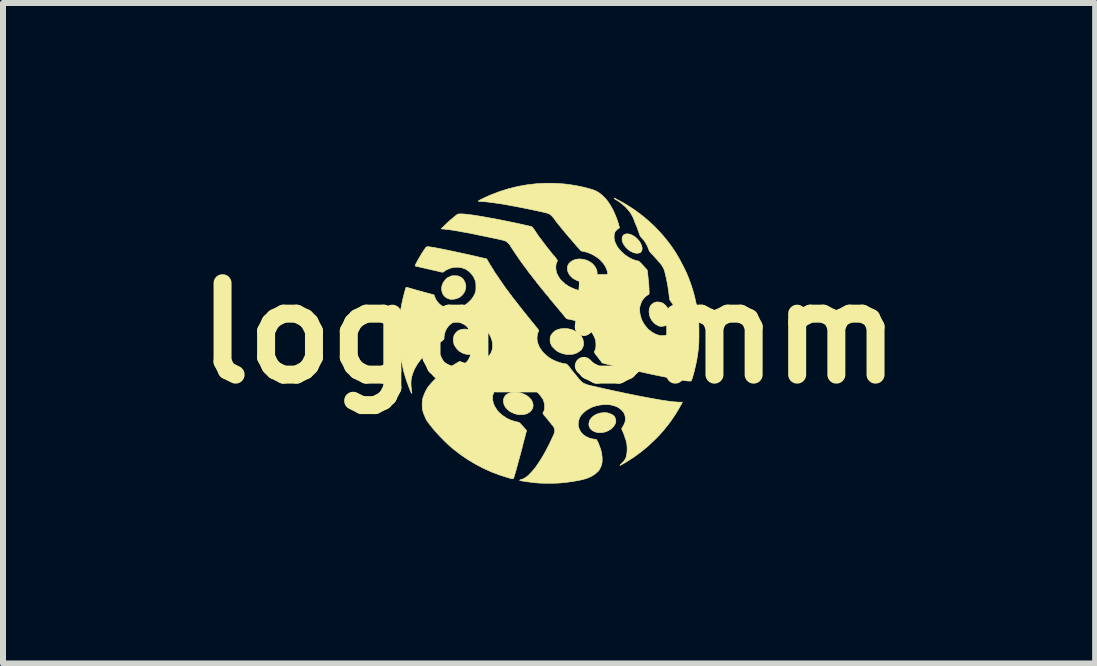
<source format=kicad_pcb>
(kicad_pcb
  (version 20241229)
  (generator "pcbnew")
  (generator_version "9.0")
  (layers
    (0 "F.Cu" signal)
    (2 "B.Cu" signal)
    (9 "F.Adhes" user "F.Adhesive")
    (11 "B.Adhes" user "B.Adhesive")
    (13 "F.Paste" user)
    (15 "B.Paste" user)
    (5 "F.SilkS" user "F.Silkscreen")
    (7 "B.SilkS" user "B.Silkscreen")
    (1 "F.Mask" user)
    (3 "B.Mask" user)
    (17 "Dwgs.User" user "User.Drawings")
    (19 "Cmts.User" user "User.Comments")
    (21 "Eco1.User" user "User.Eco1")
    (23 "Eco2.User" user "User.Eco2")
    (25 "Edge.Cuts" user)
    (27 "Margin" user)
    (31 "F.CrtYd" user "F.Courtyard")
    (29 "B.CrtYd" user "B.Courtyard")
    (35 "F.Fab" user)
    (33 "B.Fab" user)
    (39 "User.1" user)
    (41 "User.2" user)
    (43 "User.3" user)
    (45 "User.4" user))
  (footprint "logo_5mm"
    (layer "F.Cu")
    (at 6.103 2.506)
    (property "Reference" "logo_5mm" (at 0 0 0) (layer "F.SilkS") (effects (font (size 1.524 1.524) (thickness 0.3))))
    (attr through_hole)
    (fp_poly (pts (xy 1.34 -1.653) (xy 1.359 -1.647) (xy 1.379 -1.639) (xy 1.398 -1.63) (xy 1.41 -1.622) (xy 1.412 -1.621) (xy 1.422 -1.613) (xy 1.429 -1.61) (xy 1.43 -1.61) (xy 1.435 -1.606) (xy 1.445 -1.597) (xy 1.459 -1.585) (xy 1.474 -1.57) (xy 1.488 -1.555) (xy 1.5 -1.541) (xy 1.502 -1.539) (xy 1.511 -1.526) (xy 1.521 -1.508) (xy 1.532 -1.488) (xy 1.533 -1.485) (xy 1.546 -1.451) (xy 1.552 -1.42) (xy 1.55 -1.391) (xy 1.541 -1.368) (xy 1.526 -1.35) (xy 1.516 -1.344) (xy 1.493 -1.336) (xy 1.465 -1.334) (xy 1.436 -1.337) (xy 1.43 -1.339) (xy 1.388 -1.353) (xy 1.347 -1.375) (xy 1.31 -1.403) (xy 1.278 -1.435) (xy 1.251 -1.471) (xy 1.231 -1.508) (xy 1.219 -1.546) (xy 1.218 -1.558) (xy 1.218 -1.588) (xy 1.225 -1.613) (xy 1.238 -1.634) (xy 1.254 -1.646) (xy 1.282 -1.656) (xy 1.309 -1.658) (xy 1.34 -1.653)) (stroke (width 0.01) (type solid)) (fill yes) (layer "F.SilkS"))
    (fp_poly (pts (xy 1.829 -0.521) (xy 1.864 -0.515) (xy 1.895 -0.503) (xy 1.912 -0.492) (xy 1.949 -0.458) (xy 1.978 -0.42) (xy 2.001 -0.377) (xy 2.015 -0.332) (xy 2.021 -0.287) (xy 2.019 -0.241) (xy 2.01 -0.206) (xy 2.004 -0.19) (xy 1.996 -0.176) (xy 1.993 -0.172) (xy 1.987 -0.163) (xy 1.986 -0.158) (xy 1.984 -0.155) (xy 1.979 -0.152) (xy 1.97 -0.148) (xy 1.968 -0.144) (xy 1.964 -0.14) (xy 1.954 -0.133) (xy 1.945 -0.129) (xy 1.928 -0.123) (xy 1.906 -0.119) (xy 1.883 -0.116) (xy 1.861 -0.115) (xy 1.846 -0.117) (xy 1.844 -0.118) (xy 1.812 -0.13) (xy 1.787 -0.144) (xy 1.764 -0.161) (xy 1.749 -0.174) (xy 1.714 -0.214) (xy 1.689 -0.256) (xy 1.674 -0.302) (xy 1.668 -0.35) (xy 1.667 -0.361) (xy 1.669 -0.383) (xy 1.671 -0.403) (xy 1.674 -0.418) (xy 1.678 -0.427) (xy 1.68 -0.429) (xy 1.683 -0.432) (xy 1.683 -0.435) (xy 1.684 -0.445) (xy 1.692 -0.459) (xy 1.705 -0.474) (xy 1.722 -0.489) (xy 1.74 -0.503) (xy 1.759 -0.513) (xy 1.764 -0.515) (xy 1.795 -0.522) (xy 1.829 -0.521)) (stroke (width 0.01) (type solid)) (fill yes) (layer "F.SilkS"))
    (fp_poly (pts (xy 0.969 1.326) (xy 1.013 1.338) (xy 1.054 1.358) (xy 1.057 1.36) (xy 1.072 1.37) (xy 1.082 1.379) (xy 1.086 1.384) (xy 1.089 1.39) (xy 1.09 1.39) (xy 1.094 1.395) (xy 1.099 1.406) (xy 1.105 1.421) (xy 1.11 1.438) (xy 1.112 1.453) (xy 1.113 1.455) (xy 1.113 1.472) (xy 1.11 1.487) (xy 1.107 1.5) (xy 1.105 1.507) (xy 1.101 1.514) (xy 1.095 1.526) (xy 1.091 1.532) (xy 1.064 1.568) (xy 1.029 1.599) (xy 0.988 1.624) (xy 0.942 1.643) (xy 0.894 1.654) (xy 0.865 1.656) (xy 0.841 1.657) (xy 0.818 1.655) (xy 0.799 1.653) (xy 0.795 1.652) (xy 0.755 1.639) (xy 0.721 1.62) (xy 0.694 1.597) (xy 0.676 1.569) (xy 0.665 1.538) (xy 0.664 1.506) (xy 0.667 1.491) (xy 0.671 1.473) (xy 0.677 1.456) (xy 0.683 1.441) (xy 0.689 1.431) (xy 0.693 1.428) (xy 0.694 1.428) (xy 0.697 1.426) (xy 0.7 1.421) (xy 0.706 1.411) (xy 0.719 1.398) (xy 0.736 1.383) (xy 0.745 1.376) (xy 0.774 1.359) (xy 0.809 1.343) (xy 0.846 1.332) (xy 0.866 1.328) (xy 0.92 1.323) (xy 0.969 1.326)) (stroke (width 0.01) (type solid)) (fill yes) (layer "F.SilkS"))
    (fp_poly (pts (xy -1.549 -0.959) (xy -1.53 -0.957) (xy -1.515 -0.955) (xy -1.501 -0.95) (xy -1.495 -0.947) (xy -1.478 -0.939) (xy -1.465 -0.931) (xy -1.459 -0.926) (xy -1.45 -0.919) (xy -1.446 -0.917) (xy -1.441 -0.913) (xy -1.433 -0.903) (xy -1.423 -0.888) (xy -1.421 -0.886) (xy -1.403 -0.851) (xy -1.391 -0.815) (xy -1.387 -0.78) (xy -1.388 -0.766) (xy -1.39 -0.749) (xy -1.395 -0.731) (xy -1.4 -0.712) (xy -1.405 -0.697) (xy -1.41 -0.688) (xy -1.41 -0.688) (xy -1.415 -0.681) (xy -1.423 -0.671) (xy -1.43 -0.66) (xy -1.434 -0.652) (xy -1.435 -0.651) (xy -1.439 -0.645) (xy -1.448 -0.636) (xy -1.461 -0.624) (xy -1.476 -0.612) (xy -1.489 -0.602) (xy -1.499 -0.596) (xy -1.536 -0.58) (xy -1.575 -0.57) (xy -1.614 -0.566) (xy -1.649 -0.568) (xy -1.66 -0.57) (xy -1.7 -0.586) (xy -1.733 -0.608) (xy -1.759 -0.637) (xy -1.778 -0.671) (xy -1.788 -0.709) (xy -1.79 -0.735) (xy -1.789 -0.764) (xy -1.786 -0.788) (xy -1.779 -0.81) (xy -1.769 -0.835) (xy -1.769 -0.835) (xy -1.754 -0.86) (xy -1.733 -0.886) (xy -1.71 -0.911) (xy -1.696 -0.922) (xy -1.687 -0.928) (xy -1.684 -0.929) (xy -1.47 -0.929) (xy -1.468 -0.927) (xy -1.465 -0.929) (xy -1.468 -0.932) (xy -1.47 -0.929) (xy -1.684 -0.929) (xy -1.676 -0.934) (xy -1.665 -0.939) (xy -1.658 -0.941) (xy -1.657 -0.941) (xy -1.653 -0.942) (xy -1.644 -0.948) (xy -1.642 -0.949) (xy -1.633 -0.954) (xy -1.623 -0.957) (xy -1.609 -0.959) (xy -1.588 -0.959) (xy -1.575 -0.959) (xy -1.549 -0.959)) (stroke (width 0.01) (type solid)) (fill yes) (layer "F.SilkS"))
    (fp_poly (pts (xy -0.548 0.981) (xy -0.51 0.985) (xy -0.475 0.993) (xy -0.471 0.994) (xy -0.426 1.011) (xy -0.388 1.029) (xy -0.369 1.04) (xy -0.356 1.05) (xy -0.341 1.063) (xy -0.325 1.078) (xy -0.311 1.092) (xy -0.3 1.105) (xy -0.294 1.113) (xy -0.294 1.115) (xy -0.292 1.121) (xy -0.29 1.121) (xy -0.286 1.126) (xy -0.281 1.137) (xy -0.276 1.153) (xy -0.271 1.17) (xy -0.267 1.187) (xy -0.266 1.193) (xy -0.266 1.209) (xy -0.268 1.226) (xy -0.271 1.242) (xy -0.275 1.255) (xy -0.279 1.261) (xy -0.279 1.261) (xy -0.283 1.265) (xy -0.284 1.269) (xy -0.288 1.276) (xy -0.297 1.287) (xy -0.309 1.3) (xy -0.322 1.312) (xy -0.334 1.321) (xy -0.342 1.325) (xy -0.342 1.325) (xy -0.348 1.328) (xy -0.349 1.329) (xy -0.353 1.333) (xy -0.366 1.339) (xy -0.384 1.345) (xy -0.405 1.351) (xy -0.42 1.353) (xy -0.441 1.356) (xy -0.464 1.357) (xy -0.485 1.358) (xy -0.5 1.357) (xy -0.501 1.357) (xy -0.528 1.352) (xy -0.554 1.346) (xy -0.575 1.34) (xy -0.583 1.337) (xy -0.611 1.324) (xy -0.631 1.315) (xy -0.644 1.308) (xy -0.652 1.302) (xy -0.652 1.302) (xy -0.659 1.297) (xy -0.662 1.296) (xy -0.667 1.292) (xy -0.677 1.284) (xy -0.689 1.273) (xy -0.702 1.261) (xy -0.713 1.249) (xy -0.721 1.241) (xy -0.723 1.239) (xy -0.725 1.233) (xy -0.731 1.223) (xy -0.735 1.218) (xy -0.749 1.191) (xy -0.757 1.16) (xy -0.761 1.128) (xy -0.758 1.098) (xy -0.749 1.072) (xy -0.747 1.068) (xy -0.739 1.055) (xy -0.732 1.047) (xy -0.73 1.045) (xy -0.728 1.042) (xy -0.729 1.042) (xy -0.729 1.039) (xy -0.723 1.033) (xy -0.715 1.026) (xy -0.706 1.02) (xy -0.699 1.017) (xy -0.698 1.017) (xy -0.693 1.013) (xy -0.693 1.012) (xy -0.689 1.007) (xy -0.684 1.005) (xy -0.675 1.002) (xy -0.66 0.996) (xy -0.648 0.992) (xy -0.62 0.984) (xy -0.585 0.981) (xy -0.548 0.981)) (stroke (width 0.01) (type solid)) (fill yes) (layer "F.SilkS"))
    (fp_poly (pts (xy 0.549 -1.236) (xy 0.603 -1.225) (xy 0.634 -1.214) (xy 0.649 -1.208) (xy 0.659 -1.203) (xy 0.663 -1.2) (xy 0.667 -1.196) (xy 0.669 -1.196) (xy 0.678 -1.193) (xy 0.688 -1.186) (xy 0.697 -1.179) (xy 0.702 -1.176) (xy 0.707 -1.173) (xy 0.717 -1.165) (xy 0.73 -1.154) (xy 0.745 -1.137) (xy 0.76 -1.119) (xy 0.772 -1.102) (xy 0.78 -1.087) (xy 0.782 -1.079) (xy 0.785 -1.072) (xy 0.786 -1.071) (xy 0.79 -1.067) (xy 0.794 -1.055) (xy 0.798 -1.04) (xy 0.801 -1.022) (xy 0.802 -1.007) (xy 0.802 -1.006) (xy 0.801 -0.99) (xy 0.798 -0.973) (xy 0.795 -0.957) (xy 0.791 -0.946) (xy 0.787 -0.942) (xy 0.783 -0.938) (xy 0.78 -0.932) (xy 0.773 -0.92) (xy 0.762 -0.907) (xy 0.749 -0.895) (xy 0.742 -0.889) (xy 0.711 -0.872) (xy 0.681 -0.861) (xy 0.649 -0.855) (xy 0.613 -0.853) (xy 0.598 -0.853) (xy 0.574 -0.854) (xy 0.549 -0.856) (xy 0.529 -0.859) (xy 0.523 -0.86) (xy 0.506 -0.865) (xy 0.492 -0.87) (xy 0.486 -0.872) (xy 0.474 -0.877) (xy 0.46 -0.883) (xy 0.46 -0.883) (xy 0.449 -0.888) (xy 0.444 -0.893) (xy 0.443 -0.893) (xy 0.439 -0.896) (xy 0.434 -0.897) (xy 0.425 -0.9) (xy 0.413 -0.908) (xy 0.411 -0.909) (xy 0.4 -0.918) (xy 0.391 -0.922) (xy 0.39 -0.922) (xy 0.384 -0.926) (xy 0.381 -0.932) (xy 0.377 -0.94) (xy 0.373 -0.942) (xy 0.368 -0.945) (xy 0.36 -0.953) (xy 0.35 -0.963) (xy 0.343 -0.972) (xy 0.339 -0.978) (xy 0.339 -0.979) (xy 0.338 -0.983) (xy 0.333 -0.99) (xy 0.324 -1.005) (xy 0.315 -1.025) (xy 0.309 -1.049) (xy 0.307 -1.066) (xy 0.307 -1.083) (xy 0.308 -1.101) (xy 0.311 -1.118) (xy 0.314 -1.132) (xy 0.318 -1.14) (xy 0.32 -1.141) (xy 0.324 -1.145) (xy 0.324 -1.148) (xy 0.328 -1.157) (xy 0.338 -1.169) (xy 0.353 -1.183) (xy 0.371 -1.197) (xy 0.389 -1.209) (xy 0.401 -1.216) (xy 0.447 -1.232) (xy 0.497 -1.239) (xy 0.549 -1.236)) (stroke (width 0.01) (type solid)) (fill yes) (layer "F.SilkS"))
    (fp_poly (pts (xy -1.383 -0.069) (xy -1.359 -0.066) (xy -1.335 -0.062) (xy -1.313 -0.056) (xy -1.296 -0.05) (xy -1.284 -0.044) (xy -1.281 -0.039) (xy -1.277 -0.035) (xy -1.274 -0.035) (xy -1.267 -0.032) (xy -1.255 -0.025) (xy -1.241 -0.016) (xy -1.227 -0.007) (xy -1.216 0.002) (xy -1.212 0.007) (xy -1.207 0.013) (xy -1.199 0.021) (xy -1.188 0.034) (xy -1.176 0.05) (xy -1.165 0.066) (xy -1.156 0.081) (xy -1.15 0.092) (xy -1.15 0.095) (xy -1.147 0.105) (xy -1.145 0.108) (xy -1.14 0.119) (xy -1.137 0.139) (xy -1.134 0.164) (xy -1.135 0.19) (xy -1.14 0.218) (xy -1.148 0.245) (xy -1.159 0.267) (xy -1.163 0.273) (xy -1.184 0.297) (xy -1.205 0.314) (xy -1.227 0.329) (xy -1.241 0.336) (xy -1.252 0.341) (xy -1.256 0.341) (xy -1.256 0.341) (xy -1.259 0.341) (xy -1.264 0.344) (xy -1.274 0.348) (xy -1.291 0.351) (xy -1.313 0.352) (xy -1.338 0.352) (xy -1.363 0.351) (xy -1.385 0.348) (xy -1.402 0.345) (xy -1.403 0.344) (xy -1.43 0.334) (xy -1.451 0.326) (xy -1.465 0.319) (xy -1.47 0.314) (xy -1.47 0.313) (xy -1.474 0.309) (xy -1.477 0.309) (xy -1.487 0.305) (xy -1.502 0.293) (xy -1.521 0.275) (xy -1.531 0.265) (xy -1.543 0.25) (xy -1.554 0.234) (xy -1.565 0.219) (xy -1.572 0.206) (xy -1.576 0.199) (xy -1.576 0.198) (xy -1.578 0.194) (xy -1.579 0.194) (xy -1.583 0.19) (xy -1.583 0.188) (xy -1.585 0.179) (xy -1.587 0.169) (xy -1.591 0.151) (xy -1.594 0.131) (xy -1.596 0.114) (xy -1.597 0.102) (xy -1.597 0.1) (xy -1.591 0.071) (xy -1.587 0.05) (xy -1.584 0.038) (xy -1.581 0.031) (xy -1.579 0.03) (xy -1.575 0.026) (xy -1.572 0.019) (xy -1.566 0.007) (xy -1.555 -0.006) (xy -1.543 -0.02) (xy -1.53 -0.032) (xy -1.52 -0.039) (xy -1.516 -0.04) (xy -1.51 -0.042) (xy -1.51 -0.044) (xy -1.505 -0.049) (xy -1.493 -0.054) (xy -1.475 -0.059) (xy -1.455 -0.064) (xy -1.433 -0.068) (xy -1.413 -0.07) (xy -1.405 -0.07) (xy -1.383 -0.069)) (stroke (width 0.01) (type solid)) (fill yes) (layer "F.SilkS"))
    (fp_poly (pts (xy 0.302 -0.077) (xy 0.323 -0.074) (xy 0.344 -0.07) (xy 0.344 -0.07) (xy 0.376 -0.061) (xy 0.399 -0.054) (xy 0.414 -0.048) (xy 0.419 -0.044) (xy 0.419 -0.044) (xy 0.422 -0.04) (xy 0.423 -0.04) (xy 0.433 -0.037) (xy 0.448 -0.028) (xy 0.467 -0.015) (xy 0.486 -0.000085) (xy 0.506 0.016) (xy 0.523 0.032) (xy 0.536 0.046) (xy 0.544 0.057) (xy 0.546 0.062) (xy 0.548 0.069) (xy 0.555 0.08) (xy 0.555 0.08) (xy 0.562 0.094) (xy 0.566 0.105) (xy 0.573 0.142) (xy 0.576 0.172) (xy 0.574 0.198) (xy 0.567 0.222) (xy 0.559 0.238) (xy 0.552 0.253) (xy 0.543 0.267) (xy 0.534 0.278) (xy 0.527 0.286) (xy 0.523 0.288) (xy 0.523 0.286) (xy 0.52 0.288) (xy 0.513 0.294) (xy 0.511 0.296) (xy 0.502 0.305) (xy 0.495 0.309) (xy 0.494 0.309) (xy 0.487 0.313) (xy 0.485 0.315) (xy 0.477 0.321) (xy 0.463 0.328) (xy 0.444 0.336) (xy 0.423 0.343) (xy 0.403 0.348) (xy 0.401 0.348) (xy 0.382 0.351) (xy 0.358 0.352) (xy 0.33 0.352) (xy 0.303 0.352) (xy 0.28 0.35) (xy 0.264 0.348) (xy 0.247 0.343) (xy 0.227 0.337) (xy 0.207 0.331) (xy 0.19 0.326) (xy 0.179 0.321) (xy 0.174 0.319) (xy 0.169 0.316) (xy 0.157 0.309) (xy 0.152 0.307) (xy 0.141 0.301) (xy 0.132 0.296) (xy 0.123 0.289) (xy 0.112 0.28) (xy 0.098 0.267) (xy 0.081 0.25) (xy 0.066 0.235) (xy 0.054 0.222) (xy 0.046 0.213) (xy 0.045 0.21) (xy 0.042 0.202) (xy 0.037 0.192) (xy 0.025 0.167) (xy 0.018 0.136) (xy 0.017 0.102) (xy 0.02 0.07) (xy 0.02 0.069) (xy 0.024 0.054) (xy 0.028 0.043) (xy 0.03 0.04) (xy 0.034 0.036) (xy 0.037 0.028) (xy 0.042 0.019) (xy 0.051 0.006) (xy 0.064 -0.008) (xy 0.078 -0.022) (xy 0.091 -0.033) (xy 0.1 -0.039) (xy 0.103 -0.04) (xy 0.109 -0.043) (xy 0.11 -0.045) (xy 0.113 -0.05) (xy 0.115 -0.05) (xy 0.122 -0.052) (xy 0.135 -0.057) (xy 0.143 -0.06) (xy 0.156 -0.066) (xy 0.166 -0.068) (xy 0.168 -0.068) (xy 0.174 -0.068) (xy 0.178 -0.071) (xy 0.186 -0.073) (xy 0.202 -0.075) (xy 0.224 -0.077) (xy 0.246 -0.078) (xy 0.277 -0.078) (xy 0.302 -0.077)) (stroke (width 0.01) (type solid)) (fill yes) (layer "F.SilkS"))
    (fp_poly (pts (xy 0.102 -2.5) (xy 0.259 -2.489) (xy 0.324 -2.481) (xy 0.392 -2.471) (xy 0.463 -2.459) (xy 0.536 -2.444) (xy 0.606 -2.428) (xy 0.672 -2.41) (xy 0.731 -2.393) (xy 0.736 -2.391) (xy 0.788 -2.369) (xy 0.84 -2.338) (xy 0.89 -2.298) (xy 0.938 -2.25) (xy 0.983 -2.194) (xy 1.024 -2.132) (xy 1.062 -2.064) (xy 1.071 -2.046) (xy 1.102 -1.976) (xy 1.129 -1.91) (xy 1.152 -1.842) (xy 1.172 -1.77) (xy 1.173 -1.766) (xy 1.173 -1.757) (xy 1.166 -1.751) (xy 1.161 -1.749) (xy 1.15 -1.742) (xy 1.136 -1.731) (xy 1.124 -1.719) (xy 1.106 -1.698) (xy 1.095 -1.677) (xy 1.088 -1.654) (xy 1.085 -1.626) (xy 1.084 -1.602) (xy 1.087 -1.575) (xy 1.092 -1.546) (xy 1.101 -1.518) (xy 1.111 -1.494) (xy 1.116 -1.485) (xy 1.124 -1.47) (xy 1.13 -1.459) (xy 1.142 -1.437) (xy 1.161 -1.412) (xy 1.185 -1.384) (xy 1.212 -1.356) (xy 1.241 -1.329) (xy 1.271 -1.304) (xy 1.299 -1.284) (xy 1.321 -1.271) (xy 1.331 -1.265) (xy 1.335 -1.261) (xy 1.341 -1.257) (xy 1.353 -1.251) (xy 1.358 -1.249) (xy 1.372 -1.242) (xy 1.384 -1.236) (xy 1.386 -1.235) (xy 1.398 -1.231) (xy 1.403 -1.231) (xy 1.409 -1.229) (xy 1.41 -1.227) (xy 1.415 -1.224) (xy 1.426 -1.22) (xy 1.442 -1.215) (xy 1.459 -1.211) (xy 1.474 -1.207) (xy 1.485 -1.206) (xy 1.487 -1.206) (xy 1.493 -1.203) (xy 1.504 -1.195) (xy 1.519 -1.181) (xy 1.539 -1.161) (xy 1.564 -1.134) (xy 1.587 -1.109) (xy 1.602 -1.092) (xy 1.616 -1.077) (xy 1.626 -1.067) (xy 1.629 -1.063) (xy 1.636 -1.053) (xy 1.638 -1.047) (xy 1.64 -1.032) (xy 1.643 -1.009) (xy 1.646 -0.981) (xy 1.649 -0.952) (xy 1.652 -0.922) (xy 1.654 -0.899) (xy 1.657 -0.875) (xy 1.659 -0.853) (xy 1.661 -0.835) (xy 1.662 -0.827) (xy 1.663 -0.816) (xy 1.664 -0.797) (xy 1.665 -0.773) (xy 1.667 -0.746) (xy 1.667 -0.733) (xy 1.668 -0.704) (xy 1.669 -0.683) (xy 1.669 -0.669) (xy 1.667 -0.659) (xy 1.665 -0.654) (xy 1.662 -0.649) (xy 1.661 -0.648) (xy 1.649 -0.64) (xy 1.641 -0.636) (xy 1.633 -0.631) (xy 1.62 -0.621) (xy 1.605 -0.608) (xy 1.601 -0.604) (xy 1.569 -0.569) (xy 1.545 -0.532) (xy 1.529 -0.492) (xy 1.524 -0.476) (xy 1.52 -0.461) (xy 1.516 -0.449) (xy 1.515 -0.446) (xy 1.512 -0.438) (xy 1.511 -0.422) (xy 1.511 -0.402) (xy 1.511 -0.379) (xy 1.513 -0.355) (xy 1.515 -0.334) (xy 1.516 -0.329) (xy 1.52 -0.307) (xy 1.527 -0.281) (xy 1.535 -0.254) (xy 1.544 -0.229) (xy 1.553 -0.208) (xy 1.56 -0.194) (xy 1.56 -0.194) (xy 1.567 -0.184) (xy 1.57 -0.178) (xy 1.57 -0.178) (xy 1.572 -0.172) (xy 1.579 -0.161) (xy 1.589 -0.147) (xy 1.599 -0.132) (xy 1.608 -0.12) (xy 1.612 -0.115) (xy 1.622 -0.104) (xy 1.634 -0.091) (xy 1.638 -0.086) (xy 1.648 -0.075) (xy 1.654 -0.067) (xy 1.654 -0.065) (xy 1.658 -0.061) (xy 1.668 -0.055) (xy 1.669 -0.055) (xy 1.68 -0.049) (xy 1.684 -0.045) (xy 1.684 -0.045) (xy 1.688 -0.04) (xy 1.698 -0.032) (xy 1.71 -0.023) (xy 1.722 -0.015) (xy 1.731 -0.011) (xy 1.734 -0.01) (xy 1.74 -0.006) (xy 1.74 -0.006) (xy 1.746 -0.001) (xy 1.759 0.006) (xy 1.776 0.014) (xy 1.796 0.022) (xy 1.816 0.029) (xy 1.828 0.032) (xy 1.867 0.039) (xy 1.909 0.039) (xy 1.948 0.034) (xy 1.964 0.029) (xy 1.981 0.023) (xy 1.996 0.017) (xy 2.004 0.012) (xy 2.013 0.006) (xy 2.017 0.005) (xy 2.023 0.002) (xy 2.023 0) (xy 2.027 -0.005) (xy 2.029 -0.005) (xy 2.037 -0.009) (xy 2.049 -0.02) (xy 2.063 -0.036) (xy 2.073 -0.05) (xy 2.082 -0.062) (xy 2.089 -0.07) (xy 2.09 -0.071) (xy 2.092 -0.074) (xy 2.091 -0.075) (xy 2.09 -0.078) (xy 2.094 -0.086) (xy 2.099 -0.096) (xy 2.106 -0.112) (xy 2.113 -0.132) (xy 2.115 -0.135) (xy 2.124 -0.176) (xy 2.129 -0.223) (xy 2.127 -0.273) (xy 2.121 -0.324) (xy 2.109 -0.375) (xy 2.093 -0.423) (xy 2.074 -0.465) (xy 2.064 -0.482) (xy 2.053 -0.499) (xy 2.043 -0.514) (xy 2.036 -0.525) (xy 2.033 -0.528) (xy 2.019 -0.545) (xy 2.01 -0.568) (xy 2.006 -0.594) (xy 2.001 -0.637) (xy 1.996 -0.684) (xy 1.989 -0.73) (xy 1.983 -0.773) (xy 1.976 -0.81) (xy 1.976 -0.812) (xy 1.971 -0.835) (xy 1.967 -0.859) (xy 1.963 -0.877) (xy 1.96 -0.892) (xy 1.957 -0.906) (xy 1.954 -0.922) (xy 1.949 -0.942) (xy 1.943 -0.968) (xy 1.938 -0.989) (xy 1.929 -1.025) (xy 1.921 -1.053) (xy 1.912 -1.076) (xy 1.901 -1.098) (xy 1.888 -1.12) (xy 1.882 -1.129) (xy 1.87 -1.146) (xy 1.859 -1.161) (xy 1.851 -1.171) (xy 1.839 -1.184) (xy 1.829 -1.196) (xy 1.817 -1.209) (xy 1.8 -1.228) (xy 1.779 -1.251) (xy 1.757 -1.276) (xy 1.734 -1.3) (xy 1.714 -1.322) (xy 1.695 -1.342) (xy 1.682 -1.357) (xy 1.673 -1.37) (xy 1.667 -1.382) (xy 1.662 -1.396) (xy 1.659 -1.405) (xy 1.65 -1.429) (xy 1.637 -1.458) (xy 1.621 -1.488) (xy 1.604 -1.517) (xy 1.587 -1.542) (xy 1.581 -1.55) (xy 1.573 -1.559) (xy 1.562 -1.571) (xy 1.557 -1.577) (xy 1.547 -1.588) (xy 1.541 -1.595) (xy 1.54 -1.597) (xy 1.536 -1.602) (xy 1.529 -1.61) (xy 1.528 -1.611) (xy 1.52 -1.622) (xy 1.511 -1.642) (xy 1.501 -1.671) (xy 1.496 -1.685) (xy 1.485 -1.715) (xy 1.473 -1.75) (xy 1.46 -1.783) (xy 1.451 -1.804) (xy 1.44 -1.829) (xy 1.43 -1.854) (xy 1.422 -1.875) (xy 1.418 -1.889) (xy 1.394 -1.945) (xy 1.362 -2.001) (xy 1.321 -2.055) (xy 1.273 -2.108) (xy 1.217 -2.157) (xy 1.155 -2.203) (xy 1.102 -2.235) (xy 1.091 -2.243) (xy 1.086 -2.249) (xy 1.088 -2.252) (xy 1.09 -2.252) (xy 1.096 -2.25) (xy 1.109 -2.244) (xy 1.128 -2.234) (xy 1.15 -2.222) (xy 1.176 -2.208) (xy 1.203 -2.194) (xy 1.229 -2.18) (xy 1.253 -2.166) (xy 1.273 -2.154) (xy 1.277 -2.152) (xy 1.403 -2.072) (xy 1.522 -1.986) (xy 1.637 -1.893) (xy 1.747 -1.79) (xy 1.769 -1.769) (xy 1.793 -1.745) (xy 1.813 -1.724) (xy 1.831 -1.705) (xy 1.85 -1.685) (xy 1.871 -1.661) (xy 1.891 -1.639) (xy 1.903 -1.625) (xy 1.919 -1.606) (xy 1.936 -1.585) (xy 1.955 -1.562) (xy 1.972 -1.54) (xy 1.988 -1.52) (xy 1.999 -1.506) (xy 2.003 -1.5) (xy 2.011 -1.489) (xy 2.017 -1.481) (xy 2.018 -1.48) (xy 2.022 -1.475) (xy 2.031 -1.463) (xy 2.042 -1.447) (xy 2.056 -1.427) (xy 2.071 -1.405) (xy 2.085 -1.384) (xy 2.098 -1.364) (xy 2.109 -1.348) (xy 2.116 -1.336) (xy 2.117 -1.334) (xy 2.124 -1.324) (xy 2.133 -1.307) (xy 2.146 -1.286) (xy 2.159 -1.264) (xy 2.16 -1.263) (xy 2.172 -1.241) (xy 2.188 -1.212) (xy 2.206 -1.178) (xy 2.225 -1.141) (xy 2.244 -1.104) (xy 2.262 -1.068) (xy 2.278 -1.035) (xy 2.29 -1.008) (xy 2.291 -1.007) (xy 2.313 -0.956) (xy 2.335 -0.899) (xy 2.357 -0.839) (xy 2.378 -0.778) (xy 2.396 -0.721) (xy 2.401 -0.703) (xy 2.407 -0.682) (xy 2.412 -0.664) (xy 2.416 -0.651) (xy 2.416 -0.65) (xy 2.421 -0.631) (xy 2.428 -0.604) (xy 2.435 -0.573) (xy 2.436 -0.567) (xy 2.441 -0.548) (xy 2.445 -0.527) (xy 2.446 -0.523) (xy 2.455 -0.484) (xy 2.462 -0.45) (xy 2.467 -0.417) (xy 2.473 -0.383) (xy 2.479 -0.343) (xy 2.481 -0.324) (xy 2.486 -0.288) (xy 2.49 -0.256) (xy 2.493 -0.227) (xy 2.495 -0.199) (xy 2.496 -0.171) (xy 2.498 -0.14) (xy 2.498 -0.105) (xy 2.499 -0.064) (xy 2.499 -0.015) (xy 2.499 0) (xy 2.499 0.051) (xy 2.498 0.094) (xy 2.498 0.131) (xy 2.497 0.163) (xy 2.495 0.192) (xy 2.493 0.219) (xy 2.49 0.248) (xy 2.487 0.279) (xy 2.483 0.313) (xy 2.481 0.324) (xy 2.475 0.367) (xy 2.47 0.403) (xy 2.464 0.436) (xy 2.458 0.469) (xy 2.45 0.506) (xy 2.446 0.523) (xy 2.442 0.543) (xy 2.437 0.563) (xy 2.436 0.567) (xy 2.429 0.599) (xy 2.423 0.626) (xy 2.417 0.647) (xy 2.416 0.65) (xy 2.413 0.662) (xy 2.408 0.68) (xy 2.402 0.701) (xy 2.401 0.703) (xy 2.394 0.73) (xy 2.387 0.75) (xy 2.382 0.767) (xy 2.376 0.782) (xy 2.372 0.791) (xy 2.367 0.795) (xy 2.358 0.797) (xy 2.343 0.796) (xy 2.323 0.796) (xy 2.305 0.794) (xy 2.297 0.794) (xy 2.272 0.79) (xy 2.238 0.785) (xy 2.197 0.778) (xy 2.149 0.77) (xy 2.096 0.76) (xy 2.039 0.749) (xy 1.978 0.738) (xy 1.915 0.725) (xy 1.851 0.712) (xy 1.787 0.699) (xy 1.724 0.686) (xy 1.719 0.685) (xy 1.654 0.671) (xy 1.588 0.656) (xy 1.52 0.641) (xy 1.452 0.626) (xy 1.385 0.611) (xy 1.319 0.597) (xy 1.256 0.582) (xy 1.194 0.568) (xy 1.137 0.555) (xy 1.083 0.542) (xy 1.034 0.531) (xy 0.991 0.521) (xy 0.954 0.512) (xy 0.924 0.504) (xy 0.902 0.498) (xy 0.888 0.494) (xy 0.884 0.493) (xy 0.878 0.484) (xy 0.877 0.481) (xy 0.874 0.473) (xy 0.869 0.468) (xy 0.861 0.46) (xy 0.851 0.448) (xy 0.842 0.436) (xy 0.831 0.422) (xy 0.816 0.402) (xy 0.8 0.38) (xy 0.788 0.365) (xy 0.772 0.344) (xy 0.762 0.329) (xy 0.756 0.318) (xy 0.755 0.31) (xy 0.755 0.306) (xy 0.759 0.296) (xy 0.763 0.291) (xy 0.766 0.286) (xy 0.771 0.273) (xy 0.774 0.262) (xy 0.78 0.234) (xy 0.782 0.2) (xy 0.781 0.163) (xy 0.777 0.127) (xy 0.776 0.12) (xy 0.773 0.107) (xy 0.767 0.091) (xy 0.761 0.075) (xy 0.755 0.059) (xy 0.749 0.049) (xy 0.746 0.045) (xy 0.744 0.042) (xy 0.745 0.04) (xy 0.744 0.034) (xy 0.74 0.03) (xy 0.734 0.022) (xy 0.733 0.018) (xy 0.729 0.01) (xy 0.723 0.002) (xy 0.716 -0.005) (xy 0.715 -0.009) (xy 0.714 -0.013) (xy 0.708 -0.022) (xy 0.695 -0.036) (xy 0.675 -0.057) (xy 0.664 -0.067) (xy 0.645 -0.086) (xy 0.631 -0.099) (xy 0.62 -0.109) (xy 0.609 -0.118) (xy 0.595 -0.127) (xy 0.588 -0.132) (xy 0.575 -0.141) (xy 0.566 -0.148) (xy 0.564 -0.151) (xy 0.558 -0.154) (xy 0.553 -0.154) (xy 0.545 -0.156) (xy 0.543 -0.158) (xy 0.539 -0.163) (xy 0.528 -0.169) (xy 0.522 -0.172) (xy 0.509 -0.178) (xy 0.5 -0.183) (xy 0.498 -0.184) (xy 0.493 -0.187) (xy 0.48 -0.192) (xy 0.466 -0.197) (xy 0.45 -0.203) (xy 0.438 -0.207) (xy 0.434 -0.21) (xy 0.428 -0.212) (xy 0.414 -0.216) (xy 0.396 -0.221) (xy 0.375 -0.226) (xy 0.353 -0.23) (xy 0.333 -0.234) (xy 0.318 -0.237) (xy 0.306 -0.239) (xy 0.296 -0.243) (xy 0.287 -0.25) (xy 0.276 -0.261) (xy 0.261 -0.279) (xy 0.252 -0.291) (xy 0.242 -0.304) (xy 0.228 -0.321) (xy 0.211 -0.34) (xy 0.203 -0.349) (xy 0.189 -0.365) (xy 0.178 -0.379) (xy 0.171 -0.388) (xy 0.169 -0.391) (xy 0.166 -0.396) (xy 0.159 -0.405) (xy 0.154 -0.41) (xy 0.144 -0.422) (xy 0.128 -0.44) (xy 0.108 -0.464) (xy 0.084 -0.493) (xy 0.057 -0.525) (xy 0.051 -0.533) (xy 0.039 -0.547) (xy 0.025 -0.563) (xy 0.019 -0.571) (xy 0.008 -0.583) (xy 0.002 -0.592) (xy 0 -0.596) (xy -0.003 -0.601) (xy -0.011 -0.611) (xy -0.021 -0.623) (xy -0.036 -0.64) (xy -0.052 -0.658) (xy -0.06 -0.667) (xy -0.072 -0.683) (xy -0.085 -0.698) (xy -0.09 -0.705) (xy -0.1 -0.717) (xy -0.109 -0.728) (xy -0.11 -0.73) (xy -0.117 -0.739) (xy -0.128 -0.752) (xy -0.135 -0.76) (xy -0.148 -0.775) (xy -0.16 -0.791) (xy -0.165 -0.797) (xy -0.176 -0.812) (xy -0.189 -0.828) (xy -0.194 -0.834) (xy -0.204 -0.845) (xy -0.211 -0.854) (xy -0.212 -0.857) (xy -0.215 -0.862) (xy -0.223 -0.872) (xy -0.235 -0.886) (xy -0.238 -0.89) (xy -0.253 -0.908) (xy -0.267 -0.926) (xy -0.278 -0.942) (xy -0.278 -0.942) (xy -0.29 -0.958) (xy -0.304 -0.977) (xy -0.317 -0.991) (xy -0.332 -1.01) (xy -0.347 -1.03) (xy -0.356 -1.044) (xy -0.366 -1.058) (xy -0.38 -1.077) (xy -0.397 -1.099) (xy -0.412 -1.119) (xy -0.445 -1.163) (xy -0.482 -1.215) (xy -0.522 -1.273) (xy -0.565 -1.336) (xy -0.579 -1.357) (xy -0.595 -1.381) (xy -0.61 -1.404) (xy -0.623 -1.423) (xy -0.632 -1.437) (xy -0.635 -1.441) (xy -0.643 -1.453) (xy -0.647 -1.462) (xy -0.648 -1.464) (xy -0.651 -1.471) (xy -0.66 -1.481) (xy -0.673 -1.495) (xy -0.687 -1.509) (xy -0.701 -1.521) (xy -0.713 -1.531) (xy -0.72 -1.535) (xy -0.721 -1.535) (xy -0.727 -1.537) (xy -0.738 -1.541) (xy -0.739 -1.542) (xy -0.744 -1.544) (xy -0.75 -1.546) (xy -0.756 -1.548) (xy -0.765 -1.551) (xy -0.776 -1.553) (xy -0.792 -1.557) (xy -0.813 -1.562) (xy -0.84 -1.568) (xy -0.874 -1.575) (xy -0.916 -1.584) (xy -0.954 -1.592) (xy -1.067 -1.616) (xy -1.171 -1.637) (xy -1.266 -1.657) (xy -1.352 -1.674) (xy -1.431 -1.688) (xy -1.501 -1.701) (xy -1.565 -1.712) (xy -1.621 -1.721) (xy -1.671 -1.728) (xy -1.715 -1.733) (xy -1.734 -1.735) (xy -1.758 -1.737) (xy -1.778 -1.739) (xy -1.791 -1.74) (xy -1.797 -1.741) (xy -1.798 -1.741) (xy -1.795 -1.745) (xy -1.786 -1.754) (xy -1.772 -1.768) (xy -1.755 -1.784) (xy -1.736 -1.803) (xy -1.716 -1.822) (xy -1.696 -1.841) (xy -1.678 -1.858) (xy -1.674 -1.861) (xy -1.659 -1.875) (xy -1.639 -1.893) (xy -1.617 -1.911) (xy -1.6 -1.925) (xy -1.58 -1.941) (xy -1.562 -1.956) (xy -1.548 -1.968) (xy -1.54 -1.975) (xy -1.527 -1.983) (xy -1.51 -1.988) (xy -1.487 -1.99) (xy -1.457 -1.99) (xy -1.419 -1.988) (xy -1.418 -1.988) (xy -1.369 -1.983) (xy -1.311 -1.976) (xy -1.245 -1.967) (xy -1.171 -1.955) (xy -1.091 -1.942) (xy -1.005 -1.926) (xy -0.913 -1.91) (xy -0.817 -1.891) (xy -0.718 -1.871) (xy -0.615 -1.85) (xy -0.51 -1.828) (xy -0.403 -1.804) (xy -0.296 -1.78) (xy -0.291 -1.778) (xy -0.285 -1.774) (xy -0.278 -1.768) (xy -0.27 -1.758) (xy -0.259 -1.744) (xy -0.245 -1.725) (xy -0.228 -1.7) (xy -0.207 -1.668) (xy -0.183 -1.632) (xy -0.172 -1.616) (xy -0.163 -1.604) (xy -0.158 -1.597) (xy -0.158 -1.597) (xy -0.151 -1.59) (xy -0.143 -1.579) (xy -0.142 -1.578) (xy -0.129 -1.56) (xy -0.116 -1.541) (xy -0.099 -1.519) (xy -0.09 -1.507) (xy -0.075 -1.488) (xy -0.059 -1.467) (xy -0.047 -1.452) (xy -0.031 -1.43) (xy -0.012 -1.407) (xy 0.007 -1.383) (xy 0.025 -1.36) (xy 0.041 -1.34) (xy 0.054 -1.323) (xy 0.063 -1.312) (xy 0.067 -1.308) (xy 0.077 -1.298) (xy 0.089 -1.284) (xy 0.103 -1.267) (xy 0.116 -1.25) (xy 0.127 -1.233) (xy 0.136 -1.22) (xy 0.139 -1.213) (xy 0.14 -1.213) (xy 0.137 -1.201) (xy 0.133 -1.193) (xy 0.122 -1.17) (xy 0.115 -1.14) (xy 0.113 -1.106) (xy 0.114 -1.07) (xy 0.12 -1.034) (xy 0.129 -1) (xy 0.143 -0.972) (xy 0.147 -0.965) (xy 0.155 -0.951) (xy 0.161 -0.939) (xy 0.162 -0.937) (xy 0.166 -0.929) (xy 0.169 -0.927) (xy 0.174 -0.923) (xy 0.179 -0.913) (xy 0.179 -0.912) (xy 0.185 -0.903) (xy 0.197 -0.889) (xy 0.213 -0.874) (xy 0.223 -0.864) (xy 0.24 -0.85) (xy 0.254 -0.837) (xy 0.263 -0.827) (xy 0.266 -0.824) (xy 0.273 -0.818) (xy 0.277 -0.817) (xy 0.285 -0.813) (xy 0.288 -0.811) (xy 0.295 -0.804) (xy 0.305 -0.799) (xy 0.315 -0.793) (xy 0.319 -0.787) (xy 0.323 -0.783) (xy 0.328 -0.782) (xy 0.339 -0.779) (xy 0.344 -0.775) (xy 0.354 -0.768) (xy 0.359 -0.767) (xy 0.367 -0.766) (xy 0.369 -0.763) (xy 0.373 -0.759) (xy 0.384 -0.754) (xy 0.39 -0.752) (xy 0.403 -0.747) (xy 0.412 -0.744) (xy 0.414 -0.743) (xy 0.42 -0.739) (xy 0.434 -0.734) (xy 0.453 -0.728) (xy 0.474 -0.721) (xy 0.495 -0.716) (xy 0.496 -0.716) (xy 0.538 -0.707) (xy 0.584 -0.702) (xy 0.63 -0.699) (xy 0.673 -0.7) (xy 0.712 -0.703) (xy 0.721 -0.705) (xy 0.74 -0.709) (xy 0.763 -0.715) (xy 0.786 -0.722) (xy 0.806 -0.729) (xy 0.821 -0.734) (xy 0.824 -0.736) (xy 0.854 -0.753) (xy 0.883 -0.773) (xy 0.909 -0.795) (xy 0.93 -0.817) (xy 0.946 -0.837) (xy 0.952 -0.851) (xy 0.957 -0.862) (xy 0.962 -0.867) (xy 0.962 -0.867) (xy 0.966 -0.87) (xy 0.966 -0.871) (xy 0.967 -0.878) (xy 0.968 -0.882) (xy 0.975 -0.906) (xy 0.98 -0.926) (xy 0.981 -0.945) (xy 0.982 -0.955) (xy 0.98 -0.981) (xy 0.976 -1.009) (xy 0.97 -1.037) (xy 0.963 -1.06) (xy 0.96 -1.067) (xy 0.954 -1.079) (xy 0.952 -1.089) (xy 0.952 -1.09) (xy 0.949 -1.096) (xy 0.947 -1.096) (xy 0.943 -1.099) (xy 0.943 -1.1) (xy 0.942 -1.108) (xy 0.938 -1.118) (xy 0.933 -1.125) (xy 0.931 -1.126) (xy 0.927 -1.13) (xy 0.927 -1.133) (xy 0.923 -1.142) (xy 0.918 -1.146) (xy 0.913 -1.15) (xy 0.914 -1.151) (xy 0.913 -1.154) (xy 0.907 -1.163) (xy 0.897 -1.176) (xy 0.885 -1.19) (xy 0.871 -1.205) (xy 0.859 -1.217) (xy 0.853 -1.223) (xy 0.834 -1.24) (xy 0.821 -1.251) (xy 0.813 -1.257) (xy 0.808 -1.26) (xy 0.806 -1.261) (xy 0.8 -1.264) (xy 0.796 -1.267) (xy 0.786 -1.275) (xy 0.769 -1.286) (xy 0.748 -1.298) (xy 0.726 -1.311) (xy 0.705 -1.322) (xy 0.687 -1.329) (xy 0.685 -1.33) (xy 0.668 -1.337) (xy 0.653 -1.343) (xy 0.645 -1.346) (xy 0.633 -1.35) (xy 0.615 -1.355) (xy 0.593 -1.36) (xy 0.571 -1.365) (xy 0.555 -1.368) (xy 0.542 -1.371) (xy 0.531 -1.377) (xy 0.519 -1.388) (xy 0.51 -1.399) (xy 0.496 -1.415) (xy 0.483 -1.43) (xy 0.473 -1.44) (xy 0.461 -1.453) (xy 0.449 -1.467) (xy 0.448 -1.468) (xy 0.441 -1.477) (xy 0.429 -1.492) (xy 0.412 -1.511) (xy 0.393 -1.533) (xy 0.374 -1.555) (xy 0.353 -1.58) (xy 0.332 -1.604) (xy 0.313 -1.626) (xy 0.298 -1.644) (xy 0.289 -1.654) (xy 0.273 -1.673) (xy 0.255 -1.695) (xy 0.242 -1.712) (xy 0.229 -1.727) (xy 0.218 -1.741) (xy 0.21 -1.749) (xy 0.21 -1.75) (xy 0.201 -1.76) (xy 0.192 -1.772) (xy 0.181 -1.786) (xy 0.171 -1.798) (xy 0.146 -1.829) (xy 0.124 -1.857) (xy 0.102 -1.887) (xy 0.094 -1.898) (xy 0.066 -1.934) (xy 0.041 -1.961) (xy 0.018 -1.981) (xy -0.006 -1.994) (xy -0.014 -1.997) (xy -0.025 -2.001) (xy -0.04 -2.005) (xy -0.059 -2.01) (xy -0.084 -2.016) (xy -0.115 -2.023) (xy -0.152 -2.031) (xy -0.196 -2.041) (xy -0.248 -2.052) (xy -0.309 -2.065) (xy -0.349 -2.073) (xy -0.473 -2.098) (xy -0.588 -2.12) (xy -0.696 -2.14) (xy -0.794 -2.157) (xy -0.884 -2.17) (xy -0.965 -2.181) (xy -1.037 -2.19) (xy -1.099 -2.195) (xy -1.117 -2.196) (xy -1.141 -2.197) (xy -1.161 -2.199) (xy -1.175 -2.201) (xy -1.181 -2.203) (xy -1.181 -2.203) (xy -1.177 -2.207) (xy -1.164 -2.215) (xy -1.146 -2.225) (xy -1.122 -2.237) (xy -1.094 -2.251) (xy -1.064 -2.265) (xy -1.032 -2.28) (xy -1.001 -2.294) (xy -0.971 -2.307) (xy -0.962 -2.31) (xy -0.818 -2.365) (xy -0.67 -2.411) (xy -0.519 -2.448) (xy -0.366 -2.475) (xy -0.211 -2.493) (xy -0.055 -2.501) (xy 0.102 -2.5)) (stroke (width 0.01) (type solid)) (fill yes) (layer "F.SilkS"))
    (fp_poly (pts (xy -2.008 -1.443) (xy -1.984 -1.44) (xy -1.953 -1.435) (xy -1.919 -1.43) (xy -1.876 -1.422) (xy -1.825 -1.412) (xy -1.768 -1.401) (xy -1.705 -1.388) (xy -1.638 -1.374) (xy -1.567 -1.359) (xy -1.493 -1.343) (xy -1.419 -1.327) (xy -1.344 -1.311) (xy -1.27 -1.294) (xy -1.197 -1.277) (xy -1.128 -1.261) (xy -1.094 -1.253) (xy -1.039 -1.24) (xy -1.027 -1.217) (xy -1.017 -1.2) (xy -1.007 -1.184) (xy -1.004 -1.178) (xy -0.995 -1.165) (xy -0.99 -1.153) (xy -0.989 -1.152) (xy -0.985 -1.144) (xy -0.982 -1.141) (xy -0.978 -1.137) (xy -0.971 -1.127) (xy -0.969 -1.123) (xy -0.96 -1.107) (xy -0.949 -1.089) (xy -0.944 -1.081) (xy -0.934 -1.067) (xy -0.927 -1.055) (xy -0.925 -1.05) (xy -0.921 -1.041) (xy -0.912 -1.027) (xy -0.902 -1.012) (xy -0.889 -0.994) (xy -0.874 -0.972) (xy -0.859 -0.95) (xy -0.857 -0.947) (xy -0.826 -0.901) (xy -0.797 -0.859) (xy -0.779 -0.833) (xy -0.768 -0.817) (xy -0.758 -0.803) (xy -0.752 -0.795) (xy -0.735 -0.77) (xy -0.715 -0.742) (xy -0.695 -0.716) (xy -0.682 -0.698) (xy -0.669 -0.681) (xy -0.662 -0.67) (xy -0.651 -0.655) (xy -0.639 -0.64) (xy -0.636 -0.637) (xy -0.628 -0.628) (xy -0.625 -0.623) (xy -0.625 -0.623) (xy -0.623 -0.619) (xy -0.616 -0.609) (xy -0.604 -0.594) (xy -0.59 -0.576) (xy -0.587 -0.572) (xy -0.57 -0.551) (xy -0.554 -0.531) (xy -0.542 -0.515) (xy -0.534 -0.504) (xy -0.533 -0.504) (xy -0.507 -0.469) (xy -0.484 -0.44) (xy -0.471 -0.424) (xy -0.459 -0.409) (xy -0.444 -0.39) (xy -0.428 -0.37) (xy -0.423 -0.364) (xy -0.412 -0.349) (xy -0.4 -0.334) (xy -0.386 -0.318) (xy -0.371 -0.299) (xy -0.353 -0.276) (xy -0.33 -0.248) (xy -0.302 -0.213) (xy -0.301 -0.212) (xy -0.285 -0.192) (xy -0.272 -0.176) (xy -0.26 -0.162) (xy -0.248 -0.147) (xy -0.233 -0.129) (xy -0.215 -0.106) (xy -0.208 -0.098) (xy -0.19 -0.076) (xy -0.179 -0.06) (xy -0.174 -0.047) (xy -0.174 -0.036) (xy -0.178 -0.025) (xy -0.182 -0.017) (xy -0.19 0.000267) (xy -0.195 0.025) (xy -0.199 0.053) (xy -0.2 0.083) (xy -0.199 0.111) (xy -0.198 0.12) (xy -0.193 0.144) (xy -0.185 0.171) (xy -0.176 0.197) (xy -0.166 0.22) (xy -0.157 0.237) (xy -0.154 0.241) (xy -0.147 0.251) (xy -0.145 0.259) (xy -0.141 0.264) (xy -0.14 0.264) (xy -0.135 0.268) (xy -0.131 0.277) (xy -0.126 0.286) (xy -0.114 0.3) (xy -0.099 0.317) (xy -0.081 0.336) (xy -0.062 0.354) (xy -0.043 0.371) (xy -0.027 0.385) (xy -0.018 0.392) (xy -0.006 0.401) (xy 0.003 0.407) (xy 0.005 0.409) (xy 0.011 0.413) (xy 0.019 0.416) (xy 0.027 0.42) (xy 0.03 0.423) (xy 0.034 0.427) (xy 0.042 0.431) (xy 0.052 0.435) (xy 0.055 0.439) (xy 0.059 0.443) (xy 0.065 0.443) (xy 0.073 0.446) (xy 0.075 0.448) (xy 0.079 0.453) (xy 0.084 0.453) (xy 0.094 0.456) (xy 0.097 0.458) (xy 0.104 0.463) (xy 0.11 0.463) (xy 0.118 0.466) (xy 0.12 0.468) (xy 0.124 0.472) (xy 0.13 0.473) (xy 0.142 0.476) (xy 0.153 0.48) (xy 0.163 0.484) (xy 0.179 0.489) (xy 0.199 0.494) (xy 0.219 0.5) (xy 0.237 0.504) (xy 0.251 0.507) (xy 0.258 0.507) (xy 0.265 0.508) (xy 0.277 0.509) (xy 0.28 0.51) (xy 0.294 0.515) (xy 0.308 0.527) (xy 0.317 0.537) (xy 0.328 0.55) (xy 0.338 0.56) (xy 0.342 0.565) (xy 0.348 0.571) (xy 0.349 0.574) (xy 0.352 0.581) (xy 0.36 0.592) (xy 0.366 0.6) (xy 0.379 0.616) (xy 0.395 0.634) (xy 0.404 0.645) (xy 0.418 0.663) (xy 0.432 0.68) (xy 0.441 0.69) (xy 0.453 0.706) (xy 0.468 0.724) (xy 0.477 0.736) (xy 0.5 0.765) (xy 0.524 0.79) (xy 0.547 0.812) (xy 0.569 0.829) (xy 0.588 0.839) (xy 0.601 0.842) (xy 0.607 0.845) (xy 0.608 0.847) (xy 0.612 0.851) (xy 0.62 0.852) (xy 0.63 0.854) (xy 0.634 0.856) (xy 0.639 0.858) (xy 0.653 0.862) (xy 0.675 0.868) (xy 0.705 0.875) (xy 0.741 0.884) (xy 0.783 0.893) (xy 0.83 0.904) (xy 0.881 0.915) (xy 0.935 0.928) (xy 0.992 0.94) (xy 1.05 0.953) (xy 1.11 0.966) (xy 1.169 0.978) (xy 1.228 0.991) (xy 1.285 1.003) (xy 1.34 1.014) (xy 1.392 1.025) (xy 1.398 1.026) (xy 1.518 1.05) (xy 1.63 1.071) (xy 1.731 1.09) (xy 1.823 1.106) (xy 1.906 1.12) (xy 1.979 1.13) (xy 2.042 1.139) (xy 2.097 1.144) (xy 2.142 1.147) (xy 2.161 1.148) (xy 2.185 1.148) (xy 2.204 1.149) (xy 2.217 1.149) (xy 2.222 1.149) (xy 2.222 1.149) (xy 2.22 1.155) (xy 2.214 1.167) (xy 2.205 1.184) (xy 2.193 1.204) (xy 2.181 1.226) (xy 2.169 1.247) (xy 2.158 1.266) (xy 2.155 1.272) (xy 2.142 1.293) (xy 2.13 1.312) (xy 2.121 1.327) (xy 2.117 1.334) (xy 2.112 1.343) (xy 2.102 1.358) (xy 2.089 1.377) (xy 2.075 1.398) (xy 2.06 1.42) (xy 2.046 1.441) (xy 2.034 1.458) (xy 2.024 1.472) (xy 2.019 1.479) (xy 2.018 1.48) (xy 2.014 1.485) (xy 2.006 1.496) (xy 2.003 1.5) (xy 1.995 1.511) (xy 1.982 1.528) (xy 1.966 1.548) (xy 1.947 1.571) (xy 1.929 1.594) (xy 1.912 1.614) (xy 1.898 1.631) (xy 1.891 1.639) (xy 1.866 1.667) (xy 1.846 1.69) (xy 1.827 1.709) (xy 1.809 1.729) (xy 1.788 1.75) (xy 1.769 1.769) (xy 1.654 1.878) (xy 1.534 1.977) (xy 1.409 2.068) (xy 1.28 2.15) (xy 1.251 2.167) (xy 1.221 2.184) (xy 1.2 2.195) (xy 1.186 2.201) (xy 1.181 2.202) (xy 1.182 2.198) (xy 1.191 2.188) (xy 1.207 2.173) (xy 1.216 2.164) (xy 1.242 2.138) (xy 1.262 2.111) (xy 1.278 2.083) (xy 1.289 2.051) (xy 1.296 2.013) (xy 1.301 1.969) (xy 1.302 1.928) (xy 1.302 1.912) (xy 1.301 1.892) (xy 1.299 1.871) (xy 1.297 1.851) (xy 1.295 1.834) (xy 1.293 1.822) (xy 1.291 1.819) (xy 1.288 1.814) (xy 1.287 1.805) (xy 1.285 1.791) (xy 1.281 1.775) (xy 1.276 1.761) (xy 1.272 1.751) (xy 1.269 1.749) (xy 1.266 1.745) (xy 1.266 1.743) (xy 1.266 1.733) (xy 1.262 1.719) (xy 1.254 1.697) (xy 1.245 1.677) (xy 1.241 1.666) (xy 1.238 1.659) (xy 1.238 1.659) (xy 1.233 1.645) (xy 1.225 1.628) (xy 1.218 1.614) (xy 1.213 1.601) (xy 1.212 1.589) (xy 1.217 1.576) (xy 1.228 1.559) (xy 1.238 1.545) (xy 1.244 1.535) (xy 1.246 1.53) (xy 1.248 1.523) (xy 1.254 1.511) (xy 1.255 1.509) (xy 1.266 1.481) (xy 1.272 1.447) (xy 1.272 1.411) (xy 1.267 1.377) (xy 1.264 1.368) (xy 1.256 1.346) (xy 1.248 1.327) (xy 1.239 1.313) (xy 1.232 1.306) (xy 1.23 1.306) (xy 1.226 1.302) (xy 1.226 1.299) (xy 1.222 1.293) (xy 1.213 1.283) (xy 1.21 1.281) (xy 1.196 1.27) (xy 1.185 1.259) (xy 1.183 1.258) (xy 1.171 1.249) (xy 1.158 1.241) (xy 1.146 1.234) (xy 1.136 1.228) (xy 1.127 1.223) (xy 1.11 1.217) (xy 1.088 1.21) (xy 1.065 1.203) (xy 1.041 1.197) (xy 1.036 1.196) (xy 1.009 1.191) (xy 0.975 1.189) (xy 0.936 1.189) (xy 0.896 1.191) (xy 0.858 1.195) (xy 0.825 1.201) (xy 0.802 1.206) (xy 0.783 1.21) (xy 0.77 1.214) (xy 0.765 1.217) (xy 0.757 1.22) (xy 0.75 1.221) (xy 0.74 1.223) (xy 0.725 1.229) (xy 0.711 1.236) (xy 0.695 1.244) (xy 0.682 1.249) (xy 0.675 1.251) (xy 0.668 1.254) (xy 0.668 1.256) (xy 0.664 1.261) (xy 0.663 1.261) (xy 0.656 1.263) (xy 0.644 1.271) (xy 0.628 1.281) (xy 0.612 1.292) (xy 0.598 1.304) (xy 0.596 1.305) (xy 0.581 1.319) (xy 0.565 1.334) (xy 0.55 1.349) (xy 0.538 1.363) (xy 0.53 1.374) (xy 0.528 1.378) (xy 0.526 1.385) (xy 0.524 1.386) (xy 0.516 1.394) (xy 0.509 1.41) (xy 0.501 1.431) (xy 0.495 1.456) (xy 0.49 1.483) (xy 0.487 1.509) (xy 0.487 1.533) (xy 0.487 1.54) (xy 0.492 1.563) (xy 0.502 1.591) (xy 0.515 1.62) (xy 0.531 1.646) (xy 0.547 1.667) (xy 0.547 1.667) (xy 0.559 1.679) (xy 0.575 1.693) (xy 0.593 1.706) (xy 0.61 1.717) (xy 0.624 1.726) (xy 0.632 1.729) (xy 0.632 1.729) (xy 0.641 1.732) (xy 0.65 1.737) (xy 0.664 1.744) (xy 0.68 1.749) (xy 0.681 1.75) (xy 0.7 1.755) (xy 0.719 1.759) (xy 0.719 1.759) (xy 0.736 1.763) (xy 0.756 1.766) (xy 0.764 1.767) (xy 0.778 1.768) (xy 0.787 1.77) (xy 0.789 1.77) (xy 0.792 1.775) (xy 0.796 1.781) (xy 0.802 1.793) (xy 0.81 1.807) (xy 0.818 1.823) (xy 0.825 1.836) (xy 0.829 1.846) (xy 0.83 1.849) (xy 0.831 1.853) (xy 0.834 1.864) (xy 0.841 1.879) (xy 0.841 1.88) (xy 0.863 1.941) (xy 0.877 2.003) (xy 0.885 2.067) (xy 0.885 2.082) (xy 0.886 2.123) (xy 0.883 2.158) (xy 0.877 2.189) (xy 0.866 2.22) (xy 0.859 2.235) (xy 0.848 2.257) (xy 0.839 2.273) (xy 0.831 2.285) (xy 0.823 2.296) (xy 0.811 2.309) (xy 0.807 2.312) (xy 0.765 2.348) (xy 0.715 2.38) (xy 0.656 2.408) (xy 0.61 2.425) (xy 0.573 2.435) (xy 0.528 2.446) (xy 0.477 2.456) (xy 0.421 2.466) (xy 0.361 2.475) (xy 0.3 2.484) (xy 0.239 2.49) (xy 0.18 2.496) (xy 0.172 2.496) (xy 0.147 2.498) (xy 0.114 2.499) (xy 0.076 2.5) (xy 0.034 2.5) (xy -0.009 2.5) (xy -0.051 2.5) (xy -0.09 2.5) (xy -0.125 2.499) (xy -0.151 2.498) (xy -0.157 2.498) (xy -0.19 2.495) (xy -0.231 2.492) (xy -0.275 2.487) (xy -0.32 2.481) (xy -0.363 2.476) (xy -0.401 2.47) (xy -0.41 2.469) (xy -0.436 2.464) (xy -0.458 2.461) (xy -0.475 2.458) (xy -0.484 2.457) (xy -0.486 2.457) (xy -0.488 2.453) (xy -0.488 2.45) (xy -0.484 2.444) (xy -0.473 2.44) (xy -0.472 2.44) (xy -0.45 2.434) (xy -0.425 2.424) (xy -0.398 2.409) (xy -0.384 2.4) (xy -0.364 2.385) (xy -0.339 2.363) (xy -0.313 2.336) (xy -0.285 2.306) (xy -0.258 2.275) (xy -0.233 2.245) (xy -0.213 2.217) (xy -0.166 2.148) (xy -0.123 2.081) (xy -0.083 2.013) (xy -0.045 1.943) (xy -0.006 1.868) (xy 0.033 1.787) (xy 0.047 1.757) (xy 0.058 1.733) (xy 0.07 1.708) (xy 0.08 1.686) (xy 0.081 1.684) (xy 0.093 1.649) (xy 0.096 1.616) (xy 0.089 1.585) (xy 0.073 1.554) (xy 0.052 1.528) (xy 0.04 1.514) (xy 0.029 1.501) (xy 0.026 1.496) (xy 0.017 1.484) (xy 0.009 1.476) (xy -0.000083 1.467) (xy -0.007 1.456) (xy -0.015 1.444) (xy -0.026 1.43) (xy -0.031 1.425) (xy -0.042 1.413) (xy -0.056 1.396) (xy -0.072 1.378) (xy -0.076 1.373) (xy -0.09 1.354) (xy -0.098 1.342) (xy -0.101 1.332) (xy -0.101 1.325) (xy -0.096 1.314) (xy -0.092 1.309) (xy -0.086 1.301) (xy -0.081 1.285) (xy -0.077 1.264) (xy -0.074 1.24) (xy -0.073 1.216) (xy -0.074 1.193) (xy -0.076 1.178) (xy -0.081 1.158) (xy -0.087 1.138) (xy -0.092 1.12) (xy -0.097 1.107) (xy -0.101 1.101) (xy -0.101 1.101) (xy -0.104 1.097) (xy -0.105 1.094) (xy -0.109 1.087) (xy -0.112 1.084) (xy -0.118 1.08) (xy -0.118 1.078) (xy -0.121 1.072) (xy -0.128 1.06) (xy -0.139 1.045) (xy -0.151 1.029) (xy -0.164 1.014) (xy -0.176 1.002) (xy -0.177 1) (xy -0.191 0.988) (xy -0.203 0.976) (xy -0.206 0.973) (xy -0.215 0.965) (xy -0.229 0.955) (xy -0.245 0.943) (xy -0.262 0.932) (xy -0.276 0.923) (xy -0.286 0.918) (xy -0.289 0.917) (xy -0.294 0.913) (xy -0.294 0.912) (xy -0.298 0.907) (xy -0.3 0.907) (xy -0.308 0.905) (xy -0.321 0.899) (xy -0.331 0.894) (xy -0.346 0.887) (xy -0.358 0.883) (xy -0.362 0.882) (xy -0.368 0.88) (xy -0.369 0.878) (xy -0.373 0.874) (xy -0.384 0.87) (xy -0.387 0.869) (xy -0.423 0.858) (xy -0.452 0.85) (xy -0.475 0.844) (xy -0.495 0.84) (xy -0.514 0.837) (xy -0.534 0.836) (xy -0.557 0.835) (xy -0.586 0.835) (xy -0.605 0.835) (xy -0.652 0.836) (xy -0.69 0.838) (xy -0.719 0.843) (xy -0.742 0.85) (xy -0.747 0.852) (xy -0.757 0.856) (xy -0.771 0.86) (xy -0.775 0.862) (xy -0.791 0.868) (xy -0.805 0.875) (xy -0.807 0.877) (xy -0.818 0.884) (xy -0.825 0.887) (xy -0.832 0.89) (xy -0.832 0.892) (xy -0.836 0.897) (xy -0.842 0.899) (xy -0.848 0.903) (xy -0.859 0.912) (xy -0.871 0.922) (xy -0.883 0.933) (xy -0.892 0.943) (xy -0.898 0.95) (xy -0.898 0.952) (xy -0.898 0.954) (xy -0.9 0.956) (xy -0.905 0.962) (xy -0.912 0.975) (xy -0.92 0.99) (xy -0.927 1.005) (xy -0.931 1.016) (xy -0.932 1.019) (xy -0.935 1.026) (xy -0.937 1.027) (xy -0.94 1.034) (xy -0.942 1.047) (xy -0.942 1.067) (xy -0.941 1.09) (xy -0.939 1.114) (xy -0.935 1.138) (xy -0.93 1.159) (xy -0.925 1.175) (xy -0.924 1.177) (xy -0.919 1.188) (xy -0.917 1.193) (xy -0.917 1.193) (xy -0.914 1.202) (xy -0.907 1.217) (xy -0.893 1.238) (xy -0.887 1.248) (xy -0.876 1.265) (xy -0.867 1.279) (xy -0.86 1.288) (xy -0.86 1.29) (xy -0.85 1.302) (xy -0.834 1.318) (xy -0.815 1.336) (xy -0.793 1.355) (xy -0.773 1.371) (xy -0.756 1.383) (xy -0.737 1.395) (xy -0.721 1.406) (xy -0.709 1.415) (xy -0.707 1.416) (xy -0.696 1.422) (xy -0.689 1.425) (xy -0.689 1.425) (xy -0.682 1.427) (xy -0.67 1.433) (xy -0.661 1.438) (xy -0.646 1.445) (xy -0.633 1.449) (xy -0.629 1.45) (xy -0.618 1.452) (xy -0.615 1.455) (xy -0.608 1.458) (xy -0.592 1.463) (xy -0.572 1.469) (xy -0.548 1.475) (xy -0.523 1.48) (xy -0.507 1.484) (xy -0.495 1.49) (xy -0.482 1.502) (xy -0.474 1.51) (xy -0.46 1.526) (xy -0.447 1.54) (xy -0.438 1.549) (xy -0.429 1.559) (xy -0.416 1.574) (xy -0.402 1.591) (xy -0.4 1.592) (xy -0.374 1.622) (xy -0.382 1.649) (xy -0.386 1.665) (xy -0.392 1.687) (xy -0.398 1.713) (xy -0.406 1.74) (xy -0.407 1.744) (xy -0.415 1.775) (xy -0.424 1.81) (xy -0.433 1.843) (xy -0.439 1.869) (xy -0.446 1.893) (xy -0.451 1.916) (xy -0.456 1.934) (xy -0.458 1.943) (xy -0.462 1.957) (xy -0.467 1.976) (xy -0.472 1.997) (xy -0.474 2.001) (xy -0.486 2.047) (xy -0.499 2.093) (xy -0.511 2.137) (xy -0.519 2.168) (xy -0.524 2.188) (xy -0.529 2.206) (xy -0.533 2.219) (xy -0.533 2.22) (xy -0.537 2.232) (xy -0.541 2.25) (xy -0.547 2.27) (xy -0.547 2.272) (xy -0.554 2.296) (xy -0.562 2.323) (xy -0.57 2.349) (xy -0.571 2.352) (xy -0.577 2.373) (xy -0.583 2.393) (xy -0.588 2.408) (xy -0.589 2.411) (xy -0.591 2.418) (xy -0.595 2.423) (xy -0.602 2.426) (xy -0.612 2.425) (xy -0.628 2.423) (xy -0.651 2.417) (xy -0.681 2.408) (xy -0.686 2.407) (xy -0.824 2.363) (xy -0.961 2.311) (xy -1.096 2.25) (xy -1.227 2.181) (xy -1.354 2.105) (xy -1.475 2.023) (xy -1.589 1.935) (xy -1.674 1.862) (xy -1.709 1.829) (xy -1.747 1.792) (xy -1.786 1.752) (xy -1.825 1.712) (xy -1.862 1.672) (xy -1.897 1.633) (xy -1.927 1.598) (xy -1.952 1.568) (xy -1.958 1.559) (xy -1.97 1.544) (xy -1.982 1.529) (xy -1.984 1.528) (xy -1.998 1.509) (xy -2.014 1.489) (xy -2.028 1.469) (xy -2.04 1.451) (xy -2.048 1.438) (xy -2.049 1.435) (xy -2.054 1.425) (xy -2.061 1.409) (xy -2.069 1.389) (xy -2.072 1.383) (xy -2.081 1.361) (xy -2.088 1.344) (xy -2.094 1.328) (xy -2.1 1.309) (xy -2.106 1.286) (xy -2.111 1.263) (xy -2.113 1.233) (xy -2.115 1.199) (xy -2.114 1.164) (xy -2.112 1.13) (xy -2.109 1.102) (xy -2.106 1.089) (xy -2.094 1.051) (xy -2.078 1.011) (xy -2.06 0.97) (xy -2.04 0.933) (xy -2.019 0.899) (xy -1.999 0.873) (xy -1.995 0.868) (xy -1.986 0.859) (xy -1.975 0.845) (xy -1.968 0.837) (xy -1.949 0.816) (xy -1.925 0.79) (xy -1.896 0.762) (xy -1.865 0.733) (xy -1.834 0.705) (xy -1.804 0.681) (xy -1.779 0.661) (xy -1.776 0.659) (xy -1.77 0.654) (xy -1.759 0.645) (xy -1.756 0.643) (xy -1.743 0.633) (xy -1.732 0.625) (xy -1.731 0.624) (xy -1.723 0.619) (xy -1.71 0.609) (xy -1.692 0.597) (xy -1.672 0.583) (xy -1.653 0.57) (xy -1.637 0.558) (xy -1.625 0.551) (xy -1.619 0.548) (xy -1.619 0.548) (xy -1.613 0.545) (xy -1.608 0.541) (xy -1.599 0.534) (xy -1.587 0.526) (xy -1.587 0.526) (xy -1.572 0.517) (xy -1.559 0.509) (xy -1.541 0.498) (xy -1.523 0.487) (xy -1.506 0.478) (xy -1.493 0.471) (xy -1.487 0.468) (xy -1.487 0.468) (xy -1.48 0.471) (xy -1.468 0.476) (xy -1.468 0.476) (xy -1.439 0.488) (xy -1.403 0.497) (xy -1.359 0.505) (xy -1.31 0.51) (xy -1.308 0.51) (xy -1.278 0.51) (xy -1.244 0.507) (xy -1.209 0.501) (xy -1.174 0.493) (xy -1.142 0.482) (xy -1.116 0.471) (xy -1.097 0.459) (xy -1.097 0.459) (xy -1.086 0.452) (xy -1.078 0.448) (xy -1.078 0.448) (xy -1.072 0.446) (xy -1.071 0.443) (xy -1.067 0.44) (xy -1.061 0.439) (xy -1.053 0.437) (xy -1.053 0.436) (xy -1.051 0.431) (xy -1.043 0.422) (xy -1.031 0.409) (xy -1.029 0.407) (xy -1.016 0.393) (xy -1.006 0.381) (xy -1 0.373) (xy -1 0.372) (xy -0.995 0.365) (xy -0.992 0.364) (xy -0.987 0.36) (xy -0.987 0.359) (xy -0.984 0.352) (xy -0.978 0.344) (xy -0.969 0.33) (xy -0.96 0.309) (xy -0.952 0.285) (xy -0.945 0.262) (xy -0.944 0.253) (xy -0.941 0.208) (xy -0.943 0.163) (xy -0.951 0.121) (xy -0.961 0.092) (xy -0.967 0.079) (xy -0.969 0.071) (xy -0.969 0.07) (xy -0.97 0.066) (xy -0.974 0.056) (xy -0.981 0.043) (xy -0.988 0.028) (xy -0.996 0.016) (xy -1.002 0.007) (xy -1.004 0.005) (xy -1.009 -0.002) (xy -1.009 -0.006) (xy -1.009 -0.01) (xy -1.011 -0.01) (xy -1.016 -0.014) (xy -1.019 -0.02) (xy -1.024 -0.027) (xy -1.035 -0.04) (xy -1.05 -0.056) (xy -1.068 -0.075) (xy -1.086 -0.093) (xy -1.105 -0.11) (xy -1.121 -0.124) (xy -1.132 -0.132) (xy -1.148 -0.143) (xy -1.165 -0.154) (xy -1.171 -0.157) (xy -1.183 -0.164) (xy -1.19 -0.169) (xy -1.191 -0.169) (xy -1.2 -0.176) (xy -1.213 -0.182) (xy -1.223 -0.184) (xy -1.223 -0.184) (xy -1.23 -0.186) (xy -1.231 -0.188) (xy -1.234 -0.192) (xy -1.245 -0.196) (xy -1.263 -0.203) (xy -1.291 -0.211) (xy -1.303 -0.215) (xy -1.331 -0.221) (xy -1.364 -0.225) (xy -1.401 -0.227) (xy -1.438 -0.227) (xy -1.471 -0.225) (xy -1.494 -0.222) (xy -1.533 -0.211) (xy -1.569 -0.197) (xy -1.602 -0.181) (xy -1.628 -0.163) (xy -1.638 -0.153) (xy -1.647 -0.146) (xy -1.653 -0.145) (xy -1.658 -0.142) (xy -1.657 -0.14) (xy -1.658 -0.135) (xy -1.66 -0.135) (xy -1.667 -0.131) (xy -1.675 -0.121) (xy -1.675 -0.121) (xy -1.685 -0.107) (xy -1.696 -0.093) (xy -1.697 -0.092) (xy -1.706 -0.08) (xy -1.712 -0.068) (xy -1.712 -0.066) (xy -1.716 -0.057) (xy -1.719 -0.055) (xy -1.723 -0.05) (xy -1.727 -0.039) (xy -1.729 -0.034) (xy -1.733 -0.019) (xy -1.737 -0.007) (xy -1.739 -0.005) (xy -1.741 0.004) (xy -1.745 0.02) (xy -1.747 0.038) (xy -1.75 0.056) (xy -1.75 0.07) (xy -1.75 0.075) (xy -1.751 0.092) (xy -1.758 0.106) (xy -1.773 0.12) (xy -1.783 0.127) (xy -1.842 0.168) (xy -1.901 0.212) (xy -1.958 0.259) (xy -2.012 0.306) (xy -2.061 0.353) (xy -2.103 0.398) (xy -2.113 0.408) (xy -2.125 0.423) (xy -2.136 0.435) (xy -2.143 0.443) (xy -2.15 0.451) (xy -2.16 0.465) (xy -2.168 0.476) (xy -2.179 0.491) (xy -2.189 0.504) (xy -2.194 0.51) (xy -2.2 0.52) (xy -2.203 0.526) (xy -2.206 0.535) (xy -2.21 0.54) (xy -2.218 0.551) (xy -2.222 0.559) (xy -2.229 0.572) (xy -2.237 0.586) (xy -2.246 0.604) (xy -2.257 0.63) (xy -2.268 0.66) (xy -2.279 0.691) (xy -2.288 0.72) (xy -2.292 0.736) (xy -2.299 0.777) (xy -2.302 0.824) (xy -2.301 0.873) (xy -2.297 0.919) (xy -2.295 0.934) (xy -2.29 0.965) (xy -2.288 0.986) (xy -2.288 0.998) (xy -2.291 1.002) (xy -2.295 0.997) (xy -2.301 0.984) (xy -2.31 0.965) (xy -2.32 0.94) (xy -2.331 0.911) (xy -2.343 0.879) (xy -2.356 0.845) (xy -2.368 0.812) (xy -2.379 0.779) (xy -2.389 0.749) (xy -2.398 0.722) (xy -2.402 0.708) (xy -2.406 0.691) (xy -2.411 0.676) (xy -2.412 0.673) (xy -2.416 0.66) (xy -2.421 0.64) (xy -2.427 0.615) (xy -2.434 0.586) (xy -2.44 0.556) (xy -2.447 0.528) (xy -2.451 0.506) (xy -2.455 0.487) (xy -2.46 0.465) (xy -2.464 0.446) (xy -2.47 0.412) (xy -2.477 0.37) (xy -2.483 0.322) (xy -2.489 0.27) (xy -2.495 0.216) (xy -2.496 0.202) (xy -2.498 0.177) (xy -2.499 0.145) (xy -2.5 0.106) (xy -2.501 0.063) (xy -2.501 0.017) (xy -2.501 -0.029) (xy -2.501 -0.075) (xy -2.5 -0.117) (xy -2.499 -0.154) (xy -2.498 -0.185) (xy -2.496 -0.202) (xy -2.491 -0.255) (xy -2.485 -0.308) (xy -2.478 -0.357) (xy -2.472 -0.401) (xy -2.465 -0.438) (xy -2.464 -0.446) (xy -2.459 -0.468) (xy -2.455 -0.49) (xy -2.452 -0.505) (xy -2.445 -0.536) (xy -2.438 -0.566) (xy -2.431 -0.596) (xy -2.424 -0.625) (xy -2.417 -0.651) (xy -2.412 -0.671) (xy -2.407 -0.689) (xy -2.402 -0.708) (xy -2.396 -0.726) (xy -2.392 -0.742) (xy -2.389 -0.755) (xy -2.388 -0.756) (xy -2.384 -0.765) (xy -2.378 -0.767) (xy -2.371 -0.766) (xy -2.357 -0.762) (xy -2.336 -0.756) (xy -2.312 -0.749) (xy -2.303 -0.747) (xy -2.281 -0.74) (xy -2.251 -0.732) (xy -2.215 -0.721) (xy -2.175 -0.71) (xy -2.133 -0.699) (xy -2.091 -0.687) (xy -2.076 -0.683) (xy -1.918 -0.64) (xy -1.908 -0.613) (xy -1.9 -0.593) (xy -1.892 -0.573) (xy -1.883 -0.557) (xy -1.876 -0.547) (xy -1.872 -0.543) (xy -1.869 -0.539) (xy -1.869 -0.537) (xy -1.865 -0.529) (xy -1.859 -0.523) (xy -1.851 -0.516) (xy -1.849 -0.513) (xy -1.845 -0.506) (xy -1.835 -0.496) (xy -1.822 -0.484) (xy -1.808 -0.472) (xy -1.795 -0.463) (xy -1.786 -0.459) (xy -1.784 -0.458) (xy -1.779 -0.456) (xy -1.779 -0.455) (xy -1.775 -0.45) (xy -1.765 -0.445) (xy -1.754 -0.44) (xy -1.746 -0.439) (xy -1.74 -0.436) (xy -1.739 -0.435) (xy -1.735 -0.432) (xy -1.723 -0.428) (xy -1.707 -0.423) (xy -1.689 -0.419) (xy -1.673 -0.416) (xy -1.664 -0.415) (xy -1.602 -0.414) (xy -1.539 -0.421) (xy -1.479 -0.437) (xy -1.422 -0.461) (xy -1.38 -0.485) (xy -1.367 -0.496) (xy -1.35 -0.51) (xy -1.333 -0.526) (xy -1.316 -0.542) (xy -1.302 -0.557) (xy -1.291 -0.569) (xy -1.286 -0.577) (xy -1.286 -0.578) (xy -1.282 -0.583) (xy -1.281 -0.583) (xy -1.276 -0.587) (xy -1.276 -0.59) (xy -1.274 -0.597) (xy -1.272 -0.598) (xy -1.267 -0.602) (xy -1.261 -0.612) (xy -1.258 -0.617) (xy -1.251 -0.629) (xy -1.247 -0.637) (xy -1.246 -0.638) (xy -1.243 -0.643) (xy -1.238 -0.656) (xy -1.232 -0.673) (xy -1.231 -0.675) (xy -1.225 -0.692) (xy -1.222 -0.708) (xy -1.22 -0.725) (xy -1.219 -0.747) (xy -1.219 -0.77) (xy -1.219 -0.794) (xy -1.22 -0.816) (xy -1.22 -0.832) (xy -1.221 -0.84) (xy -1.224 -0.858) (xy -1.231 -0.88) (xy -1.239 -0.901) (xy -1.247 -0.916) (xy -1.252 -0.926) (xy -1.253 -0.932) (xy -1.252 -0.932) (xy -1.252 -0.934) (xy -1.253 -0.936) (xy -1.259 -0.942) (xy -1.267 -0.953) (xy -1.271 -0.959) (xy -1.283 -0.976) (xy -1.3 -0.996) (xy -1.319 -1.016) (xy -1.339 -1.034) (xy -1.358 -1.048) (xy -1.373 -1.056) (xy -1.373 -1.057) (xy -1.382 -1.062) (xy -1.385 -1.066) (xy -1.389 -1.071) (xy -1.393 -1.071) (xy -1.402 -1.073) (xy -1.415 -1.078) (xy -1.421 -1.081) (xy -1.459 -1.093) (xy -1.502 -1.1) (xy -1.548 -1.101) (xy -1.595 -1.097) (xy -1.639 -1.087) (xy -1.669 -1.075) (xy -1.698 -1.062) (xy -1.719 -1.051) (xy -1.734 -1.043) (xy -1.742 -1.036) (xy -1.742 -1.036) (xy -1.751 -1.029) (xy -1.757 -1.027) (xy -1.764 -1.023) (xy -1.765 -1.02) (xy -1.769 -1.018) (xy -1.778 -1.018) (xy -1.795 -1.021) (xy -1.814 -1.025) (xy -1.83 -1.029) (xy -1.855 -1.035) (xy -1.886 -1.042) (xy -1.922 -1.05) (xy -1.962 -1.059) (xy -2.003 -1.069) (xy -2.036 -1.076) (xy -2.076 -1.086) (xy -2.114 -1.094) (xy -2.148 -1.102) (xy -2.177 -1.109) (xy -2.2 -1.114) (xy -2.215 -1.117) (xy -2.221 -1.119) (xy -2.23 -1.123) (xy -2.232 -1.128) (xy -2.23 -1.136) (xy -2.223 -1.152) (xy -2.212 -1.173) (xy -2.198 -1.199) (xy -2.182 -1.229) (xy -2.163 -1.26) (xy -2.154 -1.276) (xy -2.143 -1.294) (xy -2.133 -1.311) (xy -2.126 -1.323) (xy -2.125 -1.325) (xy -2.12 -1.334) (xy -2.11 -1.348) (xy -2.098 -1.367) (xy -2.083 -1.389) (xy -2.082 -1.391) (xy -2.068 -1.411) (xy -2.057 -1.426) (xy -2.048 -1.436) (xy -2.038 -1.442) (xy -2.025 -1.444) (xy -2.008 -1.443)) (stroke (width 0.01) (type solid)) (fill yes) (layer "F.SilkS")))
  (gr_rect
    (start -3 -3)
    (end 15.207 8.011)
    (stroke (width 0.1) (type default))
    (fill no)
    (layer "Edge.Cuts")))
</source>
